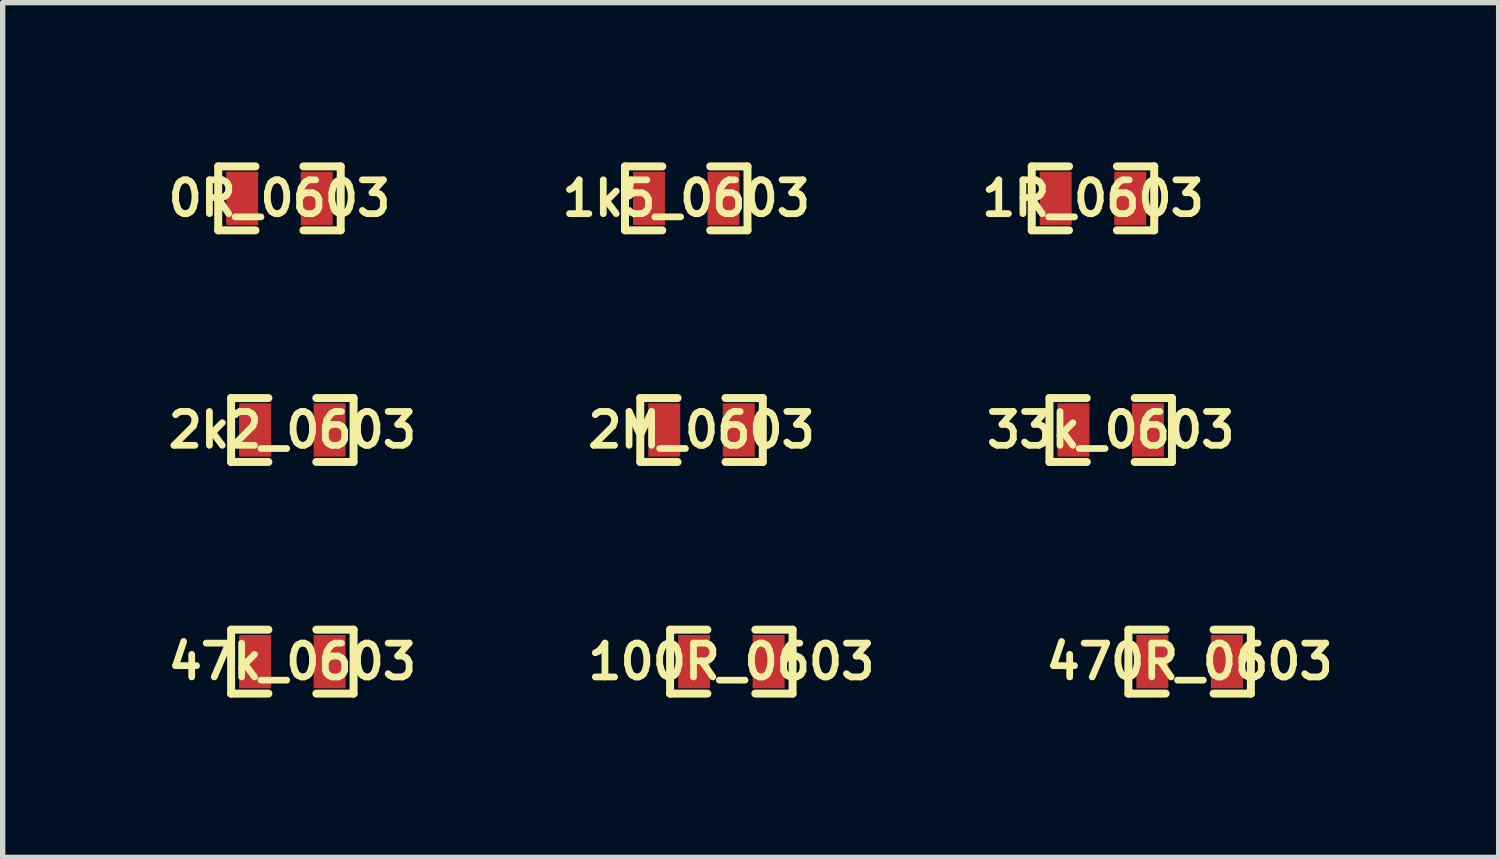
<source format=kicad_pcb>
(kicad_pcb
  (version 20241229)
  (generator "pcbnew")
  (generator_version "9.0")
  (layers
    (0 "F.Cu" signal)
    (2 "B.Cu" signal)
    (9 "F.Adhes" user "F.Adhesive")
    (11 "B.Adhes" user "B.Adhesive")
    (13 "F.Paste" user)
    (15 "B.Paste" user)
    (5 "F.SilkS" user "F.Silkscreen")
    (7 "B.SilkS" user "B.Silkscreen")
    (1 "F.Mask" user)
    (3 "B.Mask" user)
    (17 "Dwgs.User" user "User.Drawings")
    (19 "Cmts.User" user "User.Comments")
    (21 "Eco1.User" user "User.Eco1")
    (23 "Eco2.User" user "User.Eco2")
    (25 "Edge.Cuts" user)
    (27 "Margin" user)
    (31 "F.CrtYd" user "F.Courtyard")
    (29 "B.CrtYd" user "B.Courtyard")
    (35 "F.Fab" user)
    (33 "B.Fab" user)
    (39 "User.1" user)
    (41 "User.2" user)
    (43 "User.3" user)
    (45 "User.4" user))
  (footprint "47k_0603"
    (layer "F.Cu")
    (at 2.44 9.375)
    (property "Reference" "47k_0603" (at 0 0 0) (layer "F.SilkS") (effects (font (size 0.635 0.635) (thickness 0.127))))
    (attr smd)
    (fp_line (start -1.15 -0.6) (end -1.15 0.6) (stroke (width 0.15) (type solid)) (layer "F.SilkS"))
    (fp_line (start -1.15 0.6) (end -0.45 0.6) (stroke (width 0.15) (type solid)) (layer "F.SilkS"))
    (fp_line (start -0.45 -0.6) (end -1.15 -0.6) (stroke (width 0.15) (type solid)) (layer "F.SilkS"))
    (fp_line (start 0.45 -0.6) (end 1.15 -0.6) (stroke (width 0.15) (type solid)) (layer "F.SilkS"))
    (fp_line (start 1.15 -0.6) (end 1.15 0.6) (stroke (width 0.15) (type solid)) (layer "F.SilkS"))
    (fp_line (start 1.15 0.6) (end 0.45 0.6) (stroke (width 0.15) (type solid)) (layer "F.SilkS"))
    (pad "1" smd rect (at -0.7 0) (size 0.6 1) (layers "F.Cu" "F.Mask" "F.Paste"))
    (pad "2" smd rect (at 0.7 0) (size 0.6 1) (layers "F.Cu" "F.Mask" "F.Paste")))
  (footprint "1k5_0603"
    (layer "F.Cu")
    (at 9.837 0.675)
    (property "Reference" "1k5_0603" (at 0 0 0) (layer "F.SilkS") (effects (font (size 0.635 0.635) (thickness 0.127))))
    (attr smd)
    (fp_line (start -1.15 -0.6) (end -1.15 0.6) (stroke (width 0.15) (type solid)) (layer "F.SilkS"))
    (fp_line (start -1.15 0.6) (end -0.45 0.6) (stroke (width 0.15) (type solid)) (layer "F.SilkS"))
    (fp_line (start -0.45 -0.6) (end -1.15 -0.6) (stroke (width 0.15) (type solid)) (layer "F.SilkS"))
    (fp_line (start 0.45 -0.6) (end 1.15 -0.6) (stroke (width 0.15) (type solid)) (layer "F.SilkS"))
    (fp_line (start 1.15 -0.6) (end 1.15 0.6) (stroke (width 0.15) (type solid)) (layer "F.SilkS"))
    (fp_line (start 1.15 0.6) (end 0.45 0.6) (stroke (width 0.15) (type solid)) (layer "F.SilkS"))
    (pad "1" smd rect (at -0.7 0) (size 0.6 1) (layers "F.Cu" "F.Mask" "F.Paste"))
    (pad "2" smd rect (at 0.7 0) (size 0.6 1) (layers "F.Cu" "F.Mask" "F.Paste")))
  (footprint "1R_0603"
    (layer "F.Cu")
    (at 17.475 0.675)
    (property "Reference" "1R_0603" (at 0 0 0) (layer "F.SilkS") (effects (font (size 0.635 0.635) (thickness 0.127))))
    (attr smd)
    (fp_line (start -1.15 -0.6) (end -1.15 0.6) (stroke (width 0.15) (type solid)) (layer "F.SilkS"))
    (fp_line (start -1.15 0.6) (end -0.45 0.6) (stroke (width 0.15) (type solid)) (layer "F.SilkS"))
    (fp_line (start -0.45 -0.6) (end -1.15 -0.6) (stroke (width 0.15) (type solid)) (layer "F.SilkS"))
    (fp_line (start 0.45 -0.6) (end 1.15 -0.6) (stroke (width 0.15) (type solid)) (layer "F.SilkS"))
    (fp_line (start 1.15 -0.6) (end 1.15 0.6) (stroke (width 0.15) (type solid)) (layer "F.SilkS"))
    (fp_line (start 1.15 0.6) (end 0.45 0.6) (stroke (width 0.15) (type solid)) (layer "F.SilkS"))
    (pad "1" smd rect (at -0.7 0) (size 0.6 1) (layers "F.Cu" "F.Mask" "F.Paste"))
    (pad "2" smd rect (at 0.7 0) (size 0.6 1) (layers "F.Cu" "F.Mask" "F.Paste")))
  (footprint "470R_0603"
    (layer "F.Cu")
    (at 19.29 9.375)
    (property "Reference" "470R_0603" (at 0 0 0) (layer "F.SilkS") (effects (font (size 0.635 0.635) (thickness 0.127))))
    (attr smd)
    (fp_line (start -1.15 -0.6) (end -1.15 0.6) (stroke (width 0.15) (type solid)) (layer "F.SilkS"))
    (fp_line (start -1.15 0.6) (end -0.45 0.6) (stroke (width 0.15) (type solid)) (layer "F.SilkS"))
    (fp_line (start -0.45 -0.6) (end -1.15 -0.6) (stroke (width 0.15) (type solid)) (layer "F.SilkS"))
    (fp_line (start 0.45 -0.6) (end 1.15 -0.6) (stroke (width 0.15) (type solid)) (layer "F.SilkS"))
    (fp_line (start 1.15 -0.6) (end 1.15 0.6) (stroke (width 0.15) (type solid)) (layer "F.SilkS"))
    (fp_line (start 1.15 0.6) (end 0.45 0.6) (stroke (width 0.15) (type solid)) (layer "F.SilkS"))
    (pad "1" smd rect (at -0.7 0) (size 0.6 1) (layers "F.Cu" "F.Mask" "F.Paste"))
    (pad "2" smd rect (at 0.7 0) (size 0.6 1) (layers "F.Cu" "F.Mask" "F.Paste")))
  (footprint "2M_0603"
    (layer "F.Cu")
    (at 10.124 5.025)
    (property "Reference" "2M_0603" (at 0 0 0) (layer "F.SilkS") (effects (font (size 0.635 0.635) (thickness 0.127))))
    (attr smd)
    (fp_line (start -1.15 -0.6) (end -1.15 0.6) (stroke (width 0.15) (type solid)) (layer "F.SilkS"))
    (fp_line (start -1.15 0.6) (end -0.45 0.6) (stroke (width 0.15) (type solid)) (layer "F.SilkS"))
    (fp_line (start -0.45 -0.6) (end -1.15 -0.6) (stroke (width 0.15) (type solid)) (layer "F.SilkS"))
    (fp_line (start 0.45 -0.6) (end 1.15 -0.6) (stroke (width 0.15) (type solid)) (layer "F.SilkS"))
    (fp_line (start 1.15 -0.6) (end 1.15 0.6) (stroke (width 0.15) (type solid)) (layer "F.SilkS"))
    (fp_line (start 1.15 0.6) (end 0.45 0.6) (stroke (width 0.15) (type solid)) (layer "F.SilkS"))
    (pad "1" smd rect (at -0.7 0) (size 0.6 1) (layers "F.Cu" "F.Mask" "F.Paste"))
    (pad "2" smd rect (at 0.7 0) (size 0.6 1) (layers "F.Cu" "F.Mask" "F.Paste")))
  (footprint "2k2_0603"
    (layer "F.Cu")
    (at 2.44 5.025)
    (property "Reference" "2k2_0603" (at 0 0 0) (layer "F.SilkS") (effects (font (size 0.635 0.635) (thickness 0.127))))
    (attr smd)
    (fp_line (start -1.15 -0.6) (end -1.15 0.6) (stroke (width 0.15) (type solid)) (layer "F.SilkS"))
    (fp_line (start -1.15 0.6) (end -0.45 0.6) (stroke (width 0.15) (type solid)) (layer "F.SilkS"))
    (fp_line (start -0.45 -0.6) (end -1.15 -0.6) (stroke (width 0.15) (type solid)) (layer "F.SilkS"))
    (fp_line (start 0.45 -0.6) (end 1.15 -0.6) (stroke (width 0.15) (type solid)) (layer "F.SilkS"))
    (fp_line (start 1.15 -0.6) (end 1.15 0.6) (stroke (width 0.15) (type solid)) (layer "F.SilkS"))
    (fp_line (start 1.15 0.6) (end 0.45 0.6) (stroke (width 0.15) (type solid)) (layer "F.SilkS"))
    (pad "1" smd rect (at -0.7 0) (size 0.6 1) (layers "F.Cu" "F.Mask" "F.Paste"))
    (pad "2" smd rect (at 0.7 0) (size 0.6 1) (layers "F.Cu" "F.Mask" "F.Paste")))
  (footprint "100R_0603"
    (layer "F.Cu")
    (at 10.684 9.375)
    (property "Reference" "100R_0603" (at 0 0 0) (layer "F.SilkS") (effects (font (size 0.635 0.635) (thickness 0.127))))
    (attr smd)
    (fp_line (start -1.15 -0.6) (end -1.15 0.6) (stroke (width 0.15) (type solid)) (layer "F.SilkS"))
    (fp_line (start -1.15 0.6) (end -0.45 0.6) (stroke (width 0.15) (type solid)) (layer "F.SilkS"))
    (fp_line (start -0.45 -0.6) (end -1.15 -0.6) (stroke (width 0.15) (type solid)) (layer "F.SilkS"))
    (fp_line (start 0.45 -0.6) (end 1.15 -0.6) (stroke (width 0.15) (type solid)) (layer "F.SilkS"))
    (fp_line (start 1.15 -0.6) (end 1.15 0.6) (stroke (width 0.15) (type solid)) (layer "F.SilkS"))
    (fp_line (start 1.15 0.6) (end 0.45 0.6) (stroke (width 0.15) (type solid)) (layer "F.SilkS"))
    (pad "1" smd rect (at -0.7 0) (size 0.6 1) (layers "F.Cu" "F.Mask" "F.Paste"))
    (pad "2" smd rect (at 0.7 0) (size 0.6 1) (layers "F.Cu" "F.Mask" "F.Paste")))
  (footprint "33k_0603"
    (layer "F.Cu")
    (at 17.808 5.025)
    (property "Reference" "33k_0603" (at 0 0 0) (layer "F.SilkS") (effects (font (size 0.635 0.635) (thickness 0.127))))
    (attr smd)
    (fp_line (start -1.15 -0.6) (end -1.15 0.6) (stroke (width 0.15) (type solid)) (layer "F.SilkS"))
    (fp_line (start -1.15 0.6) (end -0.45 0.6) (stroke (width 0.15) (type solid)) (layer "F.SilkS"))
    (fp_line (start -0.45 -0.6) (end -1.15 -0.6) (stroke (width 0.15) (type solid)) (layer "F.SilkS"))
    (fp_line (start 0.45 -0.6) (end 1.15 -0.6) (stroke (width 0.15) (type solid)) (layer "F.SilkS"))
    (fp_line (start 1.15 -0.6) (end 1.15 0.6) (stroke (width 0.15) (type solid)) (layer "F.SilkS"))
    (fp_line (start 1.15 0.6) (end 0.45 0.6) (stroke (width 0.15) (type solid)) (layer "F.SilkS"))
    (pad "1" smd rect (at -0.7 0) (size 0.6 1) (layers "F.Cu" "F.Mask" "F.Paste"))
    (pad "2" smd rect (at 0.7 0) (size 0.6 1) (layers "F.Cu" "F.Mask" "F.Paste")))
  (footprint "0R_0603"
    (layer "F.Cu")
    (at 2.198 0.675)
    (property "Reference" "0R_0603" (at 0 0 0) (layer "F.SilkS") (effects (font (size 0.635 0.635) (thickness 0.127))))
    (attr smd)
    (fp_line (start -1.15 -0.6) (end -1.15 0.6) (stroke (width 0.15) (type solid)) (layer "F.SilkS"))
    (fp_line (start -1.15 0.6) (end -0.45 0.6) (stroke (width 0.15) (type solid)) (layer "F.SilkS"))
    (fp_line (start -0.45 -0.6) (end -1.15 -0.6) (stroke (width 0.15) (type solid)) (layer "F.SilkS"))
    (fp_line (start 0.45 -0.6) (end 1.15 -0.6) (stroke (width 0.15) (type solid)) (layer "F.SilkS"))
    (fp_line (start 1.15 -0.6) (end 1.15 0.6) (stroke (width 0.15) (type solid)) (layer "F.SilkS"))
    (fp_line (start 1.15 0.6) (end 0.45 0.6) (stroke (width 0.15) (type solid)) (layer "F.SilkS"))
    (pad "1" smd rect (at -0.7 0) (size 0.6 1) (layers "F.Cu" "F.Mask" "F.Paste"))
    (pad "2" smd rect (at 0.7 0) (size 0.6 1) (layers "F.Cu" "F.Mask" "F.Paste")))
  (gr_rect
    (start -3 -3)
    (end 25.093 13.05)
    (stroke (width 0.1) (type default))
    (fill no)
    (layer "Edge.Cuts")))
</source>
